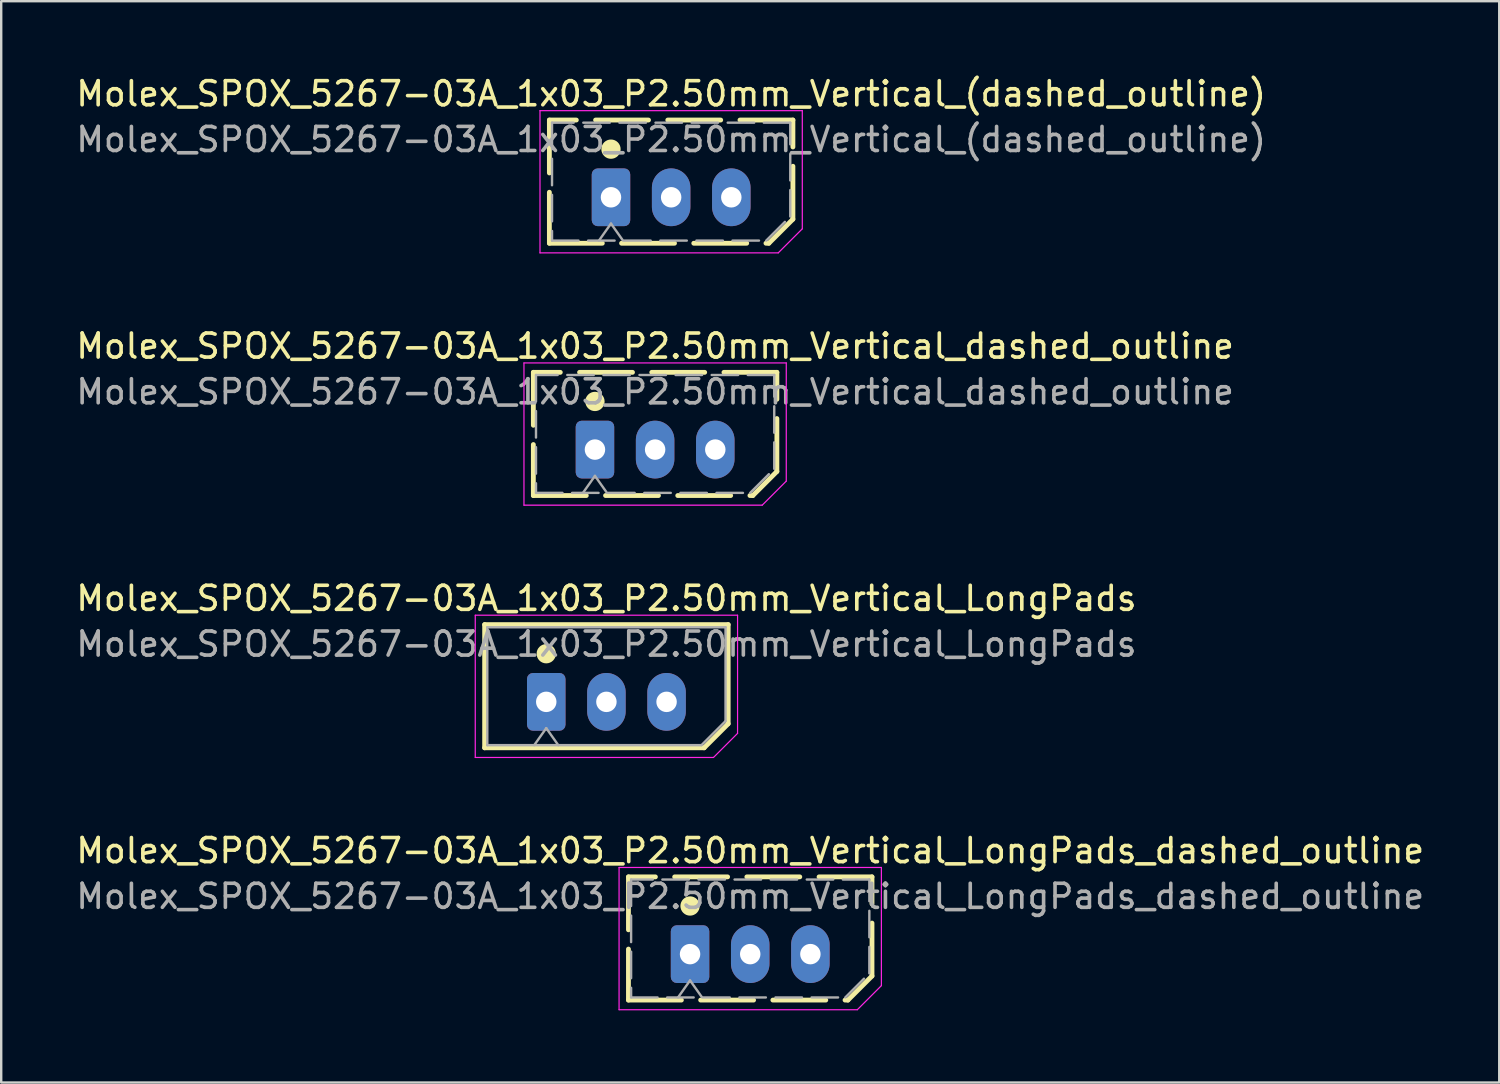
<source format=kicad_pcb>
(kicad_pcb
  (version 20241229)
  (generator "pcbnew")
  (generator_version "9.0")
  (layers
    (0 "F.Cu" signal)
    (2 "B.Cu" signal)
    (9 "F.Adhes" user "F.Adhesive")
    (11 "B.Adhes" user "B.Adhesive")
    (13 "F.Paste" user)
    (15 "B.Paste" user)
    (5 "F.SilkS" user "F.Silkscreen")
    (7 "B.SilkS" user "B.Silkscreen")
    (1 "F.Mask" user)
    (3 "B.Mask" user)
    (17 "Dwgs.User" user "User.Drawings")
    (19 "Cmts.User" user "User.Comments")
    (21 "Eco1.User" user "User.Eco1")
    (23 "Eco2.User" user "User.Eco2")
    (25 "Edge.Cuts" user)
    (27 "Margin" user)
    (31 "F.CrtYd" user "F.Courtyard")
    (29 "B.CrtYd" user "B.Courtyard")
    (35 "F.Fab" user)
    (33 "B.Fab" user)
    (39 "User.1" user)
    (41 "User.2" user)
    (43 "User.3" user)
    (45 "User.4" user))
  (footprint "Molex_SPOX_5267-03A_1x03_P2.50mm_Vertical_dashed_outline"
    (layer "F.Cu")
    (at 21.673 15.632)
    (property "Reference" "Molex_SPOX_5267-03A_1x03_P2.50mm_Vertical_dashed_outline" (at 2.5 -4.3 0) (layer "F.SilkS") (effects (font (size 1 1) (thickness 0.15))))
    (attr through_hole)
    (fp_line (start -2.56 -3.21) (end -2.56 1.91) (stroke (width 0.2) (type dash)) (layer "F.SilkS"))
    (fp_line (start -2.56 1.91) (end 6.56 1.91) (stroke (width 0.2) (type dash)) (layer "F.SilkS"))
    (fp_line (start 6.56 1.91) (end 7.56 0.91) (stroke (width 0.2) (type dash)) (layer "F.SilkS"))
    (fp_line (start 7.56 -3.21) (end -2.56 -3.21) (stroke (width 0.2) (type dash)) (layer "F.SilkS"))
    (fp_line (start 7.56 0.91) (end 7.56 -3.21) (stroke (width 0.2) (type dash)) (layer "F.SilkS"))
    (fp_circle (center 0 -2) (end 0.001 -2) (stroke (width 0.4) (type solid)) (fill no) (layer "F.SilkS"))
    (fp_line (start -2.95 -3.6) (end -2.95 2.31) (stroke (width 0.05) (type solid)) (layer "F.CrtYd"))
    (fp_line (start -2.95 2.31) (end 6.95 2.31) (stroke (width 0.05) (type solid)) (layer "F.CrtYd"))
    (fp_line (start 7.95 -3.6) (end -2.95 -3.6) (stroke (width 0.05) (type solid)) (layer "F.CrtYd"))
    (fp_line (start 7.95 1.31) (end 6.95 2.31) (stroke (width 0.05) (type solid)) (layer "F.CrtYd"))
    (fp_line (start 7.95 1.31) (end 7.95 -3.6) (stroke (width 0.05) (type solid)) (layer "F.CrtYd"))
    (fp_line (start -2.45 -3.1) (end -2.45 1.8) (stroke (width 0.1) (type dash)) (layer "F.Fab"))
    (fp_line (start -2.45 1.8) (end 6.45 1.8) (stroke (width 0.1) (type dash)) (layer "F.Fab"))
    (fp_line (start -0.5 1.8) (end 0 1.093) (stroke (width 0.1) (type solid)) (layer "F.Fab"))
    (fp_line (start 0 1.093) (end 0.5 1.8) (stroke (width 0.1) (type solid)) (layer "F.Fab"))
    (fp_line (start 6.45 1.8) (end 7.45 0.8) (stroke (width 0.1) (type dash)) (layer "F.Fab"))
    (fp_line (start 7.45 -3.1) (end -2.45 -3.1) (stroke (width 0.1) (type dash)) (layer "F.Fab"))
    (fp_line (start 7.45 0.8) (end 7.45 -3.1) (stroke (width 0.1) (type dash)) (layer "F.Fab"))
    (fp_text user "${REFERENCE}" (at 2.5 -2.4 0) (layer "F.Fab") (effects (font (size 1 1) (thickness 0.15))))
    (pad "1" thru_hole roundrect (at 0 0) (size 1.6 2.4) (drill 0.85) (layers "*.Cu" "*.Mask") (roundrect_rratio 0.156))
    (pad "2" thru_hole oval (at 2.5 0) (size 1.6 2.4) (drill 0.85) (layers "*.Cu" "*.Mask"))
    (pad "3" thru_hole oval (at 5 0) (size 1.6 2.4) (drill 0.85) (layers "*.Cu" "*.Mask")))
  (footprint "Molex_SPOX_5267-03A_1x03_P2.50mm_Vertical_(dashed_outline)"
    (layer "F.Cu")
    (at 22.339 5.148)
    (property "Reference" "Molex_SPOX_5267-03A_1x03_P2.50mm_Vertical_(dashed_outline)" (at 2.5 -4.3 0) (layer "F.SilkS") (effects (font (size 1 1) (thickness 0.15))))
    (attr through_hole)
    (fp_line (start -2.56 -3.21) (end -2.56 1.91) (stroke (width 0.2) (type dash)) (layer "F.SilkS"))
    (fp_line (start -2.56 1.91) (end 6.56 1.91) (stroke (width 0.2) (type dash)) (layer "F.SilkS"))
    (fp_line (start 6.56 1.91) (end 7.56 0.91) (stroke (width 0.2) (type dash)) (layer "F.SilkS"))
    (fp_line (start 7.56 -3.21) (end -2.56 -3.21) (stroke (width 0.2) (type dash)) (layer "F.SilkS"))
    (fp_line (start 7.56 0.91) (end 7.56 -3.21) (stroke (width 0.2) (type dash)) (layer "F.SilkS"))
    (fp_circle (center 0 -2) (end 0.001 -2) (stroke (width 0.4) (type solid)) (fill no) (layer "F.SilkS"))
    (fp_line (start -2.95 -3.6) (end -2.95 2.31) (stroke (width 0.05) (type solid)) (layer "F.CrtYd"))
    (fp_line (start -2.95 2.31) (end 6.95 2.31) (stroke (width 0.05) (type solid)) (layer "F.CrtYd"))
    (fp_line (start 7.95 -3.6) (end -2.95 -3.6) (stroke (width 0.05) (type solid)) (layer "F.CrtYd"))
    (fp_line (start 7.95 1.31) (end 6.95 2.31) (stroke (width 0.05) (type solid)) (layer "F.CrtYd"))
    (fp_line (start 7.95 1.31) (end 7.95 -3.6) (stroke (width 0.05) (type solid)) (layer "F.CrtYd"))
    (fp_line (start -2.45 -3.1) (end -2.45 1.8) (stroke (width 0.1) (type dash)) (layer "F.Fab"))
    (fp_line (start -2.45 1.8) (end 6.45 1.8) (stroke (width 0.1) (type dash)) (layer "F.Fab"))
    (fp_line (start -0.5 1.8) (end 0 1.093) (stroke (width 0.1) (type solid)) (layer "F.Fab"))
    (fp_line (start 0 1.093) (end 0.5 1.8) (stroke (width 0.1) (type solid)) (layer "F.Fab"))
    (fp_line (start 6.45 1.8) (end 7.45 0.8) (stroke (width 0.1) (type dash)) (layer "F.Fab"))
    (fp_line (start 7.45 -3.1) (end -2.45 -3.1) (stroke (width 0.1) (type dash)) (layer "F.Fab"))
    (fp_line (start 7.45 0.8) (end 7.45 -3.1) (stroke (width 0.1) (type dash)) (layer "F.Fab"))
    (fp_text user "${REFERENCE}" (at 2.5 -2.4 0) (layer "F.Fab") (effects (font (size 1 1) (thickness 0.15))))
    (pad "1" thru_hole roundrect (at 0 0) (size 1.6 2.4) (drill 0.85) (layers "*.Cu" "*.Mask") (roundrect_rratio 0.156))
    (pad "2" thru_hole oval (at 2.5 0) (size 1.6 2.4) (drill 0.85) (layers "*.Cu" "*.Mask"))
    (pad "3" thru_hole oval (at 5 0) (size 1.6 2.4) (drill 0.85) (layers "*.Cu" "*.Mask")))
  (footprint "Molex_SPOX_5267-03A_1x03_P2.50mm_Vertical_LongPads"
    (layer "F.Cu")
    (at 19.649 26.115)
    (property "Reference" "Molex_SPOX_5267-03A_1x03_P2.50mm_Vertical_LongPads" (at 2.5 -4.3 0) (layer "F.SilkS") (effects (font (size 1 1) (thickness 0.15))))
    (attr through_hole)
    (fp_line (start -2.56 -3.21) (end -2.56 1.91) (stroke (width 0.2) (type solid)) (layer "F.SilkS"))
    (fp_line (start -2.56 1.91) (end 6.56 1.91) (stroke (width 0.2) (type solid)) (layer "F.SilkS"))
    (fp_line (start 6.56 1.91) (end 7.56 0.91) (stroke (width 0.2) (type solid)) (layer "F.SilkS"))
    (fp_line (start 7.56 -3.21) (end -2.56 -3.21) (stroke (width 0.2) (type solid)) (layer "F.SilkS"))
    (fp_line (start 7.56 0.91) (end 7.56 -3.21) (stroke (width 0.2) (type solid)) (layer "F.SilkS"))
    (fp_circle (center 0 -2) (end 0.001 -2) (stroke (width 0.4) (type solid)) (fill no) (layer "F.SilkS"))
    (fp_line (start -2.95 -3.6) (end -2.95 2.31) (stroke (width 0.05) (type solid)) (layer "F.CrtYd"))
    (fp_line (start -2.95 2.31) (end 6.95 2.31) (stroke (width 0.05) (type solid)) (layer "F.CrtYd"))
    (fp_line (start 7.95 -3.6) (end -2.95 -3.6) (stroke (width 0.05) (type solid)) (layer "F.CrtYd"))
    (fp_line (start 7.95 1.31) (end 6.95 2.31) (stroke (width 0.05) (type solid)) (layer "F.CrtYd"))
    (fp_line (start 7.95 1.31) (end 7.95 -3.6) (stroke (width 0.05) (type solid)) (layer "F.CrtYd"))
    (fp_line (start -2.45 -3.1) (end -2.45 1.8) (stroke (width 0.1) (type solid)) (layer "F.Fab"))
    (fp_line (start -2.45 1.8) (end 6.45 1.8) (stroke (width 0.1) (type solid)) (layer "F.Fab"))
    (fp_line (start -0.5 1.8) (end 0 1.093) (stroke (width 0.1) (type solid)) (layer "F.Fab"))
    (fp_line (start 0 1.093) (end 0.5 1.8) (stroke (width 0.1) (type solid)) (layer "F.Fab"))
    (fp_line (start 6.45 1.8) (end 7.45 0.8) (stroke (width 0.1) (type solid)) (layer "F.Fab"))
    (fp_line (start 7.45 -3.1) (end -2.45 -3.1) (stroke (width 0.1) (type solid)) (layer "F.Fab"))
    (fp_line (start 7.45 0.8) (end 7.45 -3.1) (stroke (width 0.1) (type solid)) (layer "F.Fab"))
    (fp_text user "${REFERENCE}" (at 2.5 -2.4 0) (layer "F.Fab") (effects (font (size 1 1) (thickness 0.15))))
    (pad "1" thru_hole roundrect (at 0 0) (size 1.6 2.4) (drill 0.85) (layers "*.Cu" "*.Mask") (roundrect_rratio 0.156))
    (pad "2" thru_hole oval (at 2.5 0) (size 1.6 2.4) (drill 0.85) (layers "*.Cu" "*.Mask"))
    (pad "3" thru_hole oval (at 5 0) (size 1.6 2.4) (drill 0.85) (layers "*.Cu" "*.Mask")))
  (footprint "Molex_SPOX_5267-03A_1x03_P2.50mm_Vertical_LongPads_dashed_outline"
    (layer "F.Cu")
    (at 25.625 36.598)
    (property "Reference" "Molex_SPOX_5267-03A_1x03_P2.50mm_Vertical_LongPads_dashed_outline" (at 2.5 -4.3 0) (layer "F.SilkS") (effects (font (size 1 1) (thickness 0.15))))
    (attr through_hole)
    (fp_line (start -2.56 -3.21) (end -2.56 1.91) (stroke (width 0.2) (type dash)) (layer "F.SilkS"))
    (fp_line (start -2.56 1.91) (end 6.56 1.91) (stroke (width 0.2) (type dash)) (layer "F.SilkS"))
    (fp_line (start 6.56 1.91) (end 7.56 0.91) (stroke (width 0.2) (type dash)) (layer "F.SilkS"))
    (fp_line (start 7.56 -3.21) (end -2.56 -3.21) (stroke (width 0.2) (type dash)) (layer "F.SilkS"))
    (fp_line (start 7.56 0.91) (end 7.56 -3.21) (stroke (width 0.2) (type dash)) (layer "F.SilkS"))
    (fp_circle (center 0 -2) (end 0.001 -2) (stroke (width 0.4) (type solid)) (fill no) (layer "F.SilkS"))
    (fp_line (start -2.95 -3.6) (end -2.95 2.31) (stroke (width 0.05) (type solid)) (layer "F.CrtYd"))
    (fp_line (start -2.95 2.31) (end 6.95 2.31) (stroke (width 0.05) (type solid)) (layer "F.CrtYd"))
    (fp_line (start 7.95 -3.6) (end -2.95 -3.6) (stroke (width 0.05) (type solid)) (layer "F.CrtYd"))
    (fp_line (start 7.95 1.31) (end 6.95 2.31) (stroke (width 0.05) (type solid)) (layer "F.CrtYd"))
    (fp_line (start 7.95 1.31) (end 7.95 -3.6) (stroke (width 0.05) (type solid)) (layer "F.CrtYd"))
    (fp_line (start -2.45 -3.1) (end -2.45 1.8) (stroke (width 0.1) (type dash)) (layer "F.Fab"))
    (fp_line (start -2.45 1.8) (end 6.45 1.8) (stroke (width 0.1) (type dash)) (layer "F.Fab"))
    (fp_line (start -0.5 1.8) (end 0 1.093) (stroke (width 0.1) (type solid)) (layer "F.Fab"))
    (fp_line (start 0 1.093) (end 0.5 1.8) (stroke (width 0.1) (type solid)) (layer "F.Fab"))
    (fp_line (start 6.45 1.8) (end 7.45 0.8) (stroke (width 0.1) (type dash)) (layer "F.Fab"))
    (fp_line (start 7.45 -3.1) (end -2.45 -3.1) (stroke (width 0.1) (type dash)) (layer "F.Fab"))
    (fp_line (start 7.45 0.8) (end 7.45 -3.1) (stroke (width 0.1) (type dash)) (layer "F.Fab"))
    (fp_text user "${REFERENCE}" (at 2.5 -2.4 0) (layer "F.Fab") (effects (font (size 1 1) (thickness 0.15))))
    (pad "1" thru_hole roundrect (at 0 0) (size 1.6 2.4) (drill 0.85) (layers "*.Cu" "*.Mask") (roundrect_rratio 0.156))
    (pad "2" thru_hole oval (at 2.5 0) (size 1.6 2.4) (drill 0.85) (layers "*.Cu" "*.Mask"))
    (pad "3" thru_hole oval (at 5 0) (size 1.6 2.4) (drill 0.85) (layers "*.Cu" "*.Mask")))
  (gr_rect
    (start -3 -3)
    (end 59.25 41.933)
    (stroke (width 0.1) (type default))
    (fill no)
    (layer "Edge.Cuts")))
</source>
